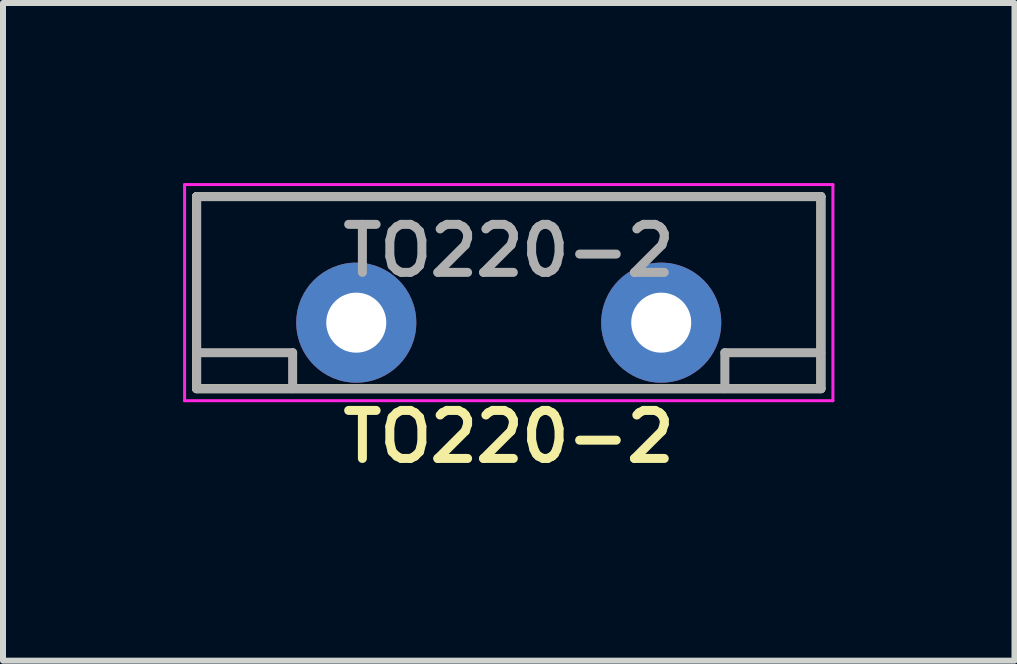
<source format=kicad_pcb>
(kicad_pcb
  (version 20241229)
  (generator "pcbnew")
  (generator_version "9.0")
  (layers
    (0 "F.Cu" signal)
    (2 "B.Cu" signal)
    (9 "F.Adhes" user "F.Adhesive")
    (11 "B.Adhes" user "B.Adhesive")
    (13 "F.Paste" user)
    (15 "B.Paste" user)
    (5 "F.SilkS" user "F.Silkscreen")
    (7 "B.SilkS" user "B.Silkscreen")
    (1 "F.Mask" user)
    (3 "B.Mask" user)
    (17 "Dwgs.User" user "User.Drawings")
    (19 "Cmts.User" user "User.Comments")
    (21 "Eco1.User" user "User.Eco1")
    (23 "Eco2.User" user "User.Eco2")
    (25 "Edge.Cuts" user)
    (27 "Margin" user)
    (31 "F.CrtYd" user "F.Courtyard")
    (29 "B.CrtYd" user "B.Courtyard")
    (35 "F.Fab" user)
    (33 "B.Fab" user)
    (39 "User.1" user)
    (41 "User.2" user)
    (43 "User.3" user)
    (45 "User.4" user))
  (footprint "TO220-2"
    (layer "F.Cu")
    (at 5.425 2.325)
    (property "Reference" "TO220-2" (at 0 1.9 0) (layer "F.SilkS") (effects (font (size 0.8 0.8) (thickness 0.15))))
    (attr through_hole)
    (fp_line (start -5.2 -2.1) (end 5.2 -2.1) (stroke (width 0.15) (type solid)) (layer "F.SilkS"))
    (fp_line (start -5.2 1.1) (end -5.2 -2.1) (stroke (width 0.15) (type solid)) (layer "F.SilkS"))
    (fp_line (start 5.2 -2.1) (end 5.2 1.1) (stroke (width 0.15) (type solid)) (layer "F.SilkS"))
    (fp_line (start 5.2 1.1) (end -5.2 1.1) (stroke (width 0.15) (type solid)) (layer "F.SilkS"))
    (fp_line (start -5.4 -2.3) (end 5.4 -2.3) (stroke (width 0.05) (type solid)) (layer "F.CrtYd"))
    (fp_line (start -5.4 1.3) (end -5.4 -2.3) (stroke (width 0.05) (type solid)) (layer "F.CrtYd"))
    (fp_line (start 5.4 -2.3) (end 5.4 1.3) (stroke (width 0.05) (type solid)) (layer "F.CrtYd"))
    (fp_line (start 5.4 1.3) (end -5.4 1.3) (stroke (width 0.05) (type solid)) (layer "F.CrtYd"))
    (fp_line (start -5.2 -2.1) (end 5.2 -2.1) (stroke (width 0.15) (type solid)) (layer "F.Fab"))
    (fp_line (start -5.2 0.5) (end -3.6 0.5) (stroke (width 0.15) (type solid)) (layer "F.Fab"))
    (fp_line (start -5.2 1.1) (end -5.2 -2.1) (stroke (width 0.15) (type solid)) (layer "F.Fab"))
    (fp_line (start -3.6 0.5) (end -3.6 1.1) (stroke (width 0.15) (type solid)) (layer "F.Fab"))
    (fp_line (start 3.6 0.5) (end 3.6 1.1) (stroke (width 0.15) (type solid)) (layer "F.Fab"))
    (fp_line (start 5.2 -2.1) (end 5.2 1.1) (stroke (width 0.15) (type solid)) (layer "F.Fab"))
    (fp_line (start 5.2 0.5) (end 3.6 0.5) (stroke (width 0.15) (type solid)) (layer "F.Fab"))
    (fp_line (start 5.2 1.1) (end -5.2 1.1) (stroke (width 0.15) (type solid)) (layer "F.Fab"))
    (fp_text user "${REFERENCE}" (at 0 -1.2 0) (layer "F.Fab") (effects (font (size 0.8 0.8) (thickness 0.15))))
    (pad "1" thru_hole circle (at -2.54 0) (size 2 2) (drill 1) (layers "*.Cu" "*.Mask"))
    (pad "2" thru_hole circle (at 2.54 0) (size 2 2) (drill 1) (layers "*.Cu" "*.Mask")))
  (gr_rect
    (start -3 -3)
    (end 13.85 7.956)
    (stroke (width 0.1) (type default))
    (fill no)
    (layer "Edge.Cuts")))
</source>
